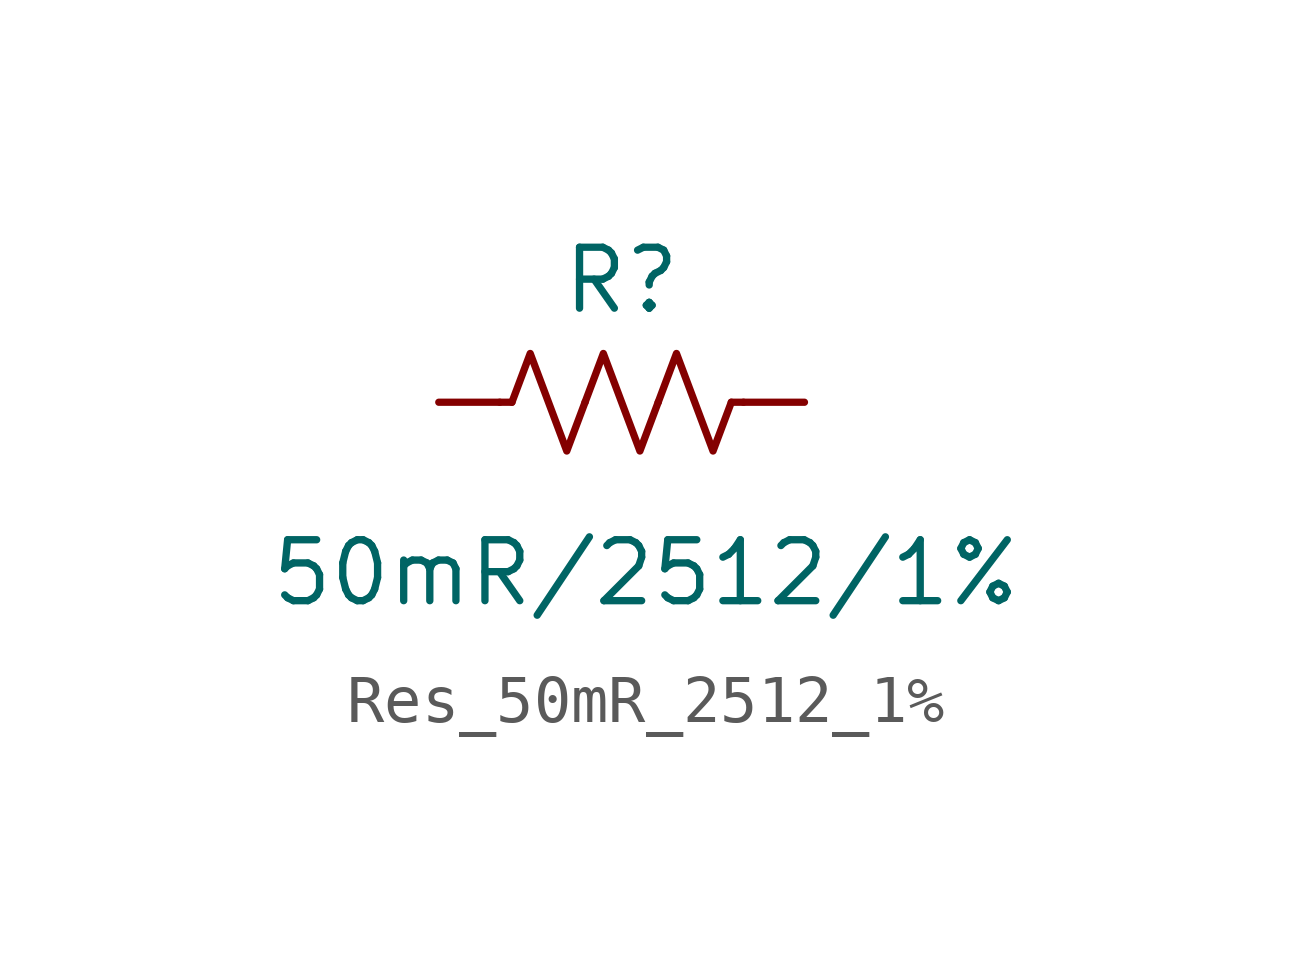
<source format=kicad_sym>
(kicad_symbol_lib
  (version 20231120)
  (generator "kicad_symbol_editor")
  (generator_version "8.0")
  (symbol "Res_50mR_2512_1%"
    (pin_numbers hide)
    (pin_names hide)
    (property "Reference" "R"
      (at 0 0 0)
      (effects (font (size 1.27 1.27))))
    (property "Value" "50mR/2512/1%"
      (at 0.508 -6.096 0)
      (effects (font (size 1.27 1.27))))
    (symbol "Res_50mR_2512_1%_0_1"
      (polyline (pts (xy -2.286 -2.54) (xy -2.54 -2.54)) (stroke (width 0) (type default)) (fill (type none)))
      (polyline (pts (xy 2.286 -2.54) (xy 2.54 -2.54)) (stroke (width 0) (type default)) (fill (type none)))
      (polyline (pts (xy -2.286 -2.54) (xy -1.905 -1.524) (xy -1.524 -2.54) (xy -1.143 -3.556) (xy -0.762 -2.54)) (stroke (width 0) (type default)) (fill (type none)))
      (polyline (pts (xy 0.762 -2.54) (xy 1.143 -1.524) (xy 1.524 -2.54) (xy 1.905 -3.556) (xy 2.286 -2.54)) (stroke (width 0) (type default)) (fill (type none))))
    (symbol "Res_50mR_2512_1%_1_1"
      (polyline (pts (xy -0.762 -2.54) (xy -0.381 -1.524) (xy 0 -2.54) (xy 0.381 -3.556) (xy 0.762 -2.54)) (stroke (width 0) (type default)) (fill (type none)))
      (pin passive line (at -3.81 -2.54 0) (length 1.27) (name "~" (effects (font (size 1.27 1.27)))) (number "1" (effects (font (size 1.27 1.27)))))
      (pin passive line (at 3.81 -2.54 180) (length 1.27) (name "~" (effects (font (size 1.27 1.27)))) (number "2" (effects (font (size 1.27 1.27))))))))
</source>
